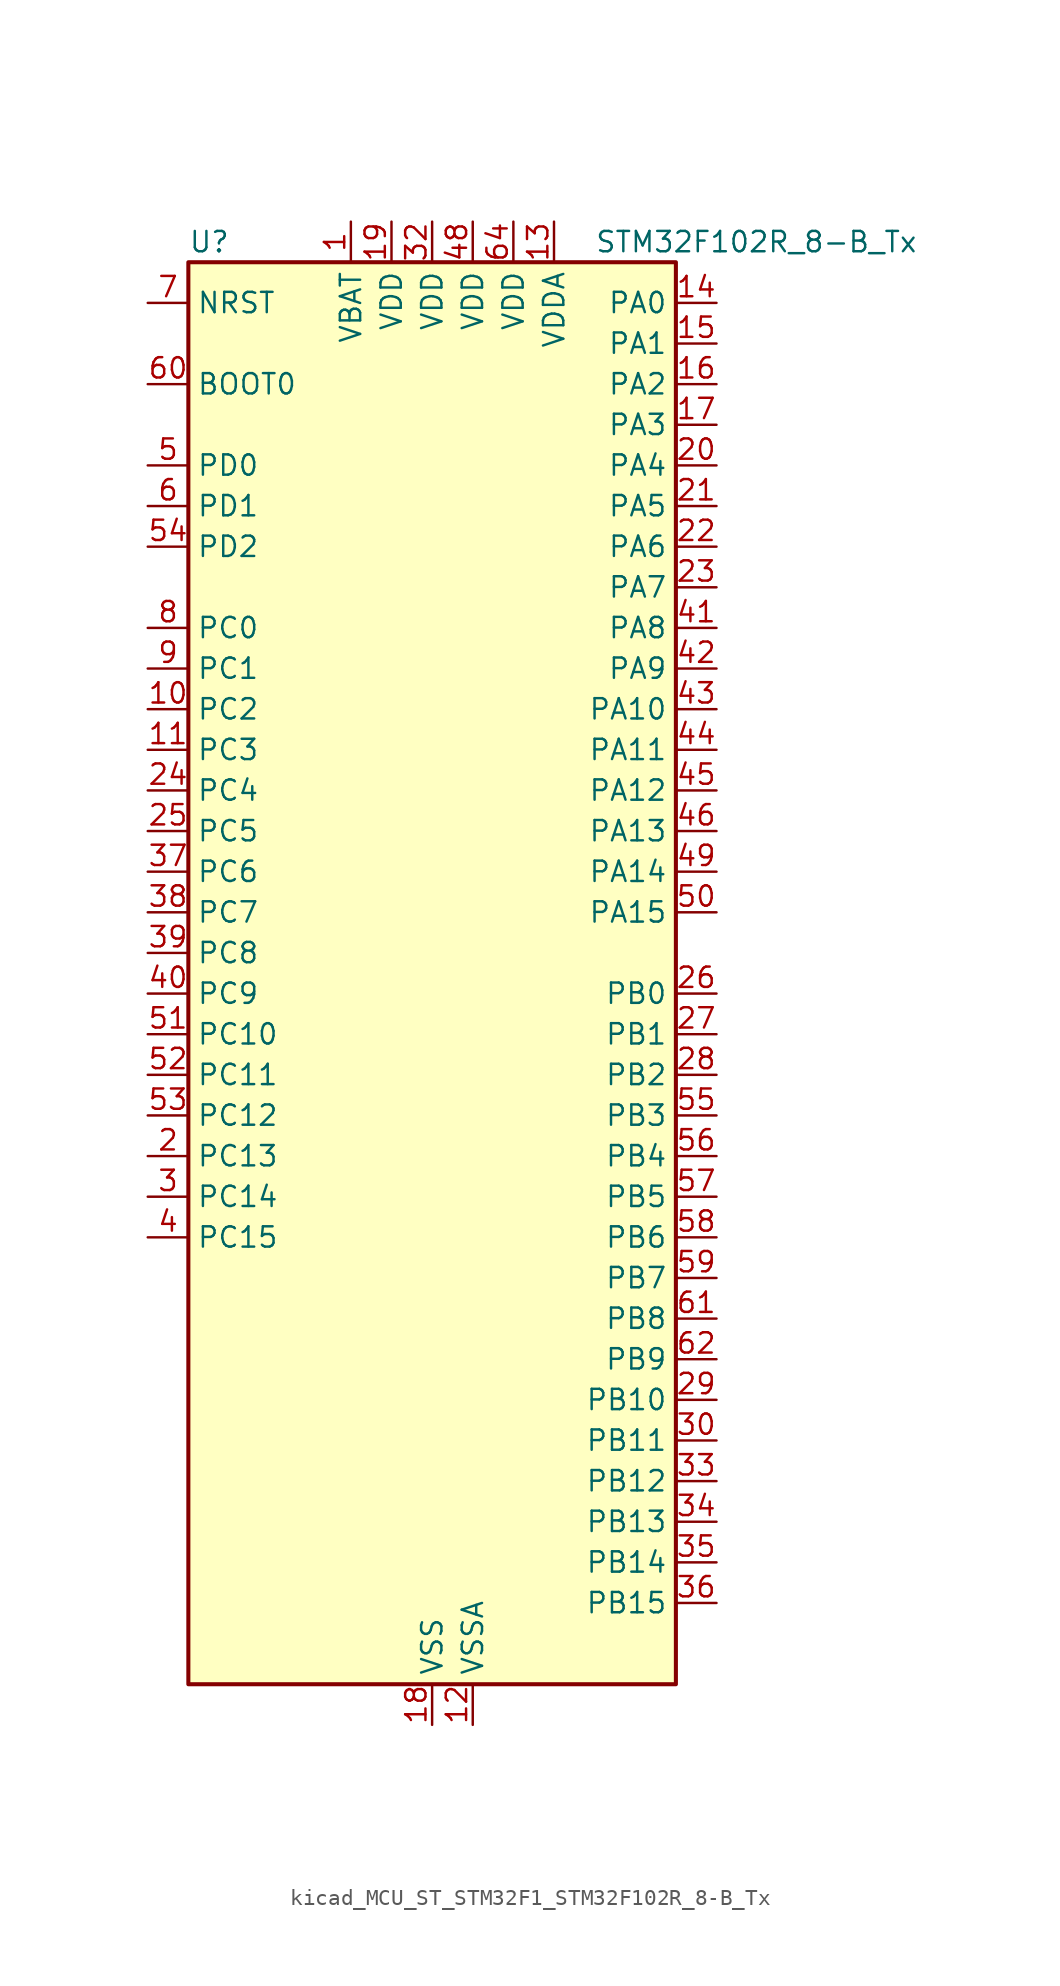
<source format=kicad_sym>
(kicad_symbol_lib
  (version 20220914)
  (generator kicad_symbol_editor)
  (symbol "kicad_MCU_ST_STM32F1_STM32F102R_8-B_Tx"
    (property "Reference" "U"
      (at -15.24 46.99 0)
      (effects (font (size 1.27 1.27)) (justify left)))
    (property "Value" "STM32F102R_8-B_Tx"
      (at 10.16 46.99 0)
      (effects (font (size 1.27 1.27)) (justify left)))
    (property "ki_locked" ""
      (at 0 0 0)
      (effects (font (size 1.27 1.27))))
    (symbol "kicad_MCU_ST_STM32F1_STM32F102R_8-B_Tx_0_1"
      (rectangle (start -15.24 -43.18) (end 15.24 45.72) (stroke (width 0.254) (type default)) (fill (type background))))
    (symbol "kicad_MCU_ST_STM32F1_STM32F102R_8-B_Tx_1_1"
      (pin power_in line (at -5.08 48.26 270) (length 2.54) (name "VBAT" (effects (font (size 1.27 1.27)))) (number "1" (effects (font (size 1.27 1.27)))))
      (pin bidirectional line (at -17.78 17.78 0) (length 2.54) (name "PC2" (effects (font (size 1.27 1.27)))) (number "10" (effects (font (size 1.27 1.27)))) (alternate "ADC1_IN12" bidirectional line))
      (pin bidirectional line (at -17.78 15.24 0) (length 2.54) (name "PC3" (effects (font (size 1.27 1.27)))) (number "11" (effects (font (size 1.27 1.27)))) (alternate "ADC1_IN13" bidirectional line))
      (pin power_in line (at 2.54 -45.72 90) (length 2.54) (name "VSSA" (effects (font (size 1.27 1.27)))) (number "12" (effects (font (size 1.27 1.27)))))
      (pin power_in line (at 7.62 48.26 270) (length 2.54) (name "VDDA" (effects (font (size 1.27 1.27)))) (number "13" (effects (font (size 1.27 1.27)))))
      (pin bidirectional line (at 17.78 43.18 180) (length 2.54) (name "PA0" (effects (font (size 1.27 1.27)))) (number "14" (effects (font (size 1.27 1.27)))) (alternate "ADC1_IN0" bidirectional line) (alternate "SYS_WKUP" bidirectional line) (alternate "TIM2_CH1" bidirectional line) (alternate "TIM2_ETR" bidirectional line) (alternate "USART2_CTS" bidirectional line))
      (pin bidirectional line (at 17.78 40.64 180) (length 2.54) (name "PA1" (effects (font (size 1.27 1.27)))) (number "15" (effects (font (size 1.27 1.27)))) (alternate "ADC1_IN1" bidirectional line) (alternate "TIM2_CH2" bidirectional line) (alternate "USART2_RTS" bidirectional line))
      (pin bidirectional line (at 17.78 38.1 180) (length 2.54) (name "PA2" (effects (font (size 1.27 1.27)))) (number "16" (effects (font (size 1.27 1.27)))) (alternate "ADC1_IN2" bidirectional line) (alternate "TIM2_CH3" bidirectional line) (alternate "USART2_TX" bidirectional line))
      (pin bidirectional line (at 17.78 35.56 180) (length 2.54) (name "PA3" (effects (font (size 1.27 1.27)))) (number "17" (effects (font (size 1.27 1.27)))) (alternate "ADC1_IN3" bidirectional line) (alternate "TIM2_CH4" bidirectional line) (alternate "USART2_RX" bidirectional line))
      (pin power_in line (at 0 -45.72 90) (length 2.54) (name "VSS" (effects (font (size 1.27 1.27)))) (number "18" (effects (font (size 1.27 1.27)))))
      (pin power_in line (at -2.54 48.26 270) (length 2.54) (name "VDD" (effects (font (size 1.27 1.27)))) (number "19" (effects (font (size 1.27 1.27)))))
      (pin bidirectional line (at -17.78 -10.16 0) (length 2.54) (name "PC13" (effects (font (size 1.27 1.27)))) (number "2" (effects (font (size 1.27 1.27)))) (alternate "RTC_OUT" bidirectional line) (alternate "RTC_TAMPER" bidirectional line))
      (pin bidirectional line (at 17.78 33.02 180) (length 2.54) (name "PA4" (effects (font (size 1.27 1.27)))) (number "20" (effects (font (size 1.27 1.27)))) (alternate "ADC1_IN4" bidirectional line) (alternate "SPI1_NSS" bidirectional line) (alternate "USART2_CK" bidirectional line))
      (pin bidirectional line (at 17.78 30.48 180) (length 2.54) (name "PA5" (effects (font (size 1.27 1.27)))) (number "21" (effects (font (size 1.27 1.27)))) (alternate "ADC1_IN5" bidirectional line) (alternate "SPI1_SCK" bidirectional line))
      (pin bidirectional line (at 17.78 27.94 180) (length 2.54) (name "PA6" (effects (font (size 1.27 1.27)))) (number "22" (effects (font (size 1.27 1.27)))) (alternate "ADC1_IN6" bidirectional line) (alternate "SPI1_MISO" bidirectional line) (alternate "TIM3_CH1" bidirectional line))
      (pin bidirectional line (at 17.78 25.4 180) (length 2.54) (name "PA7" (effects (font (size 1.27 1.27)))) (number "23" (effects (font (size 1.27 1.27)))) (alternate "ADC1_IN7" bidirectional line) (alternate "SPI1_MOSI" bidirectional line) (alternate "TIM3_CH2" bidirectional line))
      (pin bidirectional line (at -17.78 12.7 0) (length 2.54) (name "PC4" (effects (font (size 1.27 1.27)))) (number "24" (effects (font (size 1.27 1.27)))) (alternate "ADC1_IN14" bidirectional line))
      (pin bidirectional line (at -17.78 10.16 0) (length 2.54) (name "PC5" (effects (font (size 1.27 1.27)))) (number "25" (effects (font (size 1.27 1.27)))) (alternate "ADC1_IN15" bidirectional line))
      (pin bidirectional line (at 17.78 0 180) (length 2.54) (name "PB0" (effects (font (size 1.27 1.27)))) (number "26" (effects (font (size 1.27 1.27)))) (alternate "ADC1_IN8" bidirectional line) (alternate "TIM3_CH3" bidirectional line))
      (pin bidirectional line (at 17.78 -2.54 180) (length 2.54) (name "PB1" (effects (font (size 1.27 1.27)))) (number "27" (effects (font (size 1.27 1.27)))) (alternate "ADC1_IN9" bidirectional line) (alternate "TIM3_CH4" bidirectional line))
      (pin bidirectional line (at 17.78 -5.08 180) (length 2.54) (name "PB2" (effects (font (size 1.27 1.27)))) (number "28" (effects (font (size 1.27 1.27)))))
      (pin bidirectional line (at 17.78 -25.4 180) (length 2.54) (name "PB10" (effects (font (size 1.27 1.27)))) (number "29" (effects (font (size 1.27 1.27)))) (alternate "I2C2_SCL" bidirectional line) (alternate "TIM2_CH3" bidirectional line) (alternate "USART3_TX" bidirectional line))
      (pin bidirectional line (at -17.78 -12.7 0) (length 2.54) (name "PC14" (effects (font (size 1.27 1.27)))) (number "3" (effects (font (size 1.27 1.27)))) (alternate "RCC_OSC32_IN" bidirectional line))
      (pin bidirectional line (at 17.78 -27.94 180) (length 2.54) (name "PB11" (effects (font (size 1.27 1.27)))) (number "30" (effects (font (size 1.27 1.27)))) (alternate "ADC1_EXTI11" bidirectional line) (alternate "I2C2_SDA" bidirectional line) (alternate "TIM2_CH4" bidirectional line) (alternate "USART3_RX" bidirectional line))
      (pin passive line (at 0 -45.72 90) (length 2.54) hide (name "VSS" (effects (font (size 1.27 1.27)))) (number "31" (effects (font (size 1.27 1.27)))))
      (pin power_in line (at 0 48.26 270) (length 2.54) (name "VDD" (effects (font (size 1.27 1.27)))) (number "32" (effects (font (size 1.27 1.27)))))
      (pin bidirectional line (at 17.78 -30.48 180) (length 2.54) (name "PB12" (effects (font (size 1.27 1.27)))) (number "33" (effects (font (size 1.27 1.27)))) (alternate "I2C2_SMBA" bidirectional line) (alternate "SPI2_NSS" bidirectional line) (alternate "USART3_CK" bidirectional line))
      (pin bidirectional line (at 17.78 -33.02 180) (length 2.54) (name "PB13" (effects (font (size 1.27 1.27)))) (number "34" (effects (font (size 1.27 1.27)))) (alternate "SPI2_SCK" bidirectional line) (alternate "USART3_CTS" bidirectional line))
      (pin bidirectional line (at 17.78 -35.56 180) (length 2.54) (name "PB14" (effects (font (size 1.27 1.27)))) (number "35" (effects (font (size 1.27 1.27)))) (alternate "SPI2_MISO" bidirectional line) (alternate "USART3_RTS" bidirectional line))
      (pin bidirectional line (at 17.78 -38.1 180) (length 2.54) (name "PB15" (effects (font (size 1.27 1.27)))) (number "36" (effects (font (size 1.27 1.27)))) (alternate "ADC1_EXTI15" bidirectional line) (alternate "SPI2_MOSI" bidirectional line))
      (pin bidirectional line (at -17.78 7.62 0) (length 2.54) (name "PC6" (effects (font (size 1.27 1.27)))) (number "37" (effects (font (size 1.27 1.27)))) (alternate "TIM3_CH1" bidirectional line))
      (pin bidirectional line (at -17.78 5.08 0) (length 2.54) (name "PC7" (effects (font (size 1.27 1.27)))) (number "38" (effects (font (size 1.27 1.27)))) (alternate "TIM3_CH2" bidirectional line))
      (pin bidirectional line (at -17.78 2.54 0) (length 2.54) (name "PC8" (effects (font (size 1.27 1.27)))) (number "39" (effects (font (size 1.27 1.27)))) (alternate "TIM3_CH3" bidirectional line))
      (pin bidirectional line (at -17.78 -15.24 0) (length 2.54) (name "PC15" (effects (font (size 1.27 1.27)))) (number "4" (effects (font (size 1.27 1.27)))) (alternate "ADC1_EXTI15" bidirectional line) (alternate "RCC_OSC32_OUT" bidirectional line))
      (pin bidirectional line (at -17.78 0 0) (length 2.54) (name "PC9" (effects (font (size 1.27 1.27)))) (number "40" (effects (font (size 1.27 1.27)))) (alternate "TIM3_CH4" bidirectional line))
      (pin bidirectional line (at 17.78 22.86 180) (length 2.54) (name "PA8" (effects (font (size 1.27 1.27)))) (number "41" (effects (font (size 1.27 1.27)))) (alternate "RCC_MCO" bidirectional line) (alternate "USART1_CK" bidirectional line))
      (pin bidirectional line (at 17.78 20.32 180) (length 2.54) (name "PA9" (effects (font (size 1.27 1.27)))) (number "42" (effects (font (size 1.27 1.27)))) (alternate "USART1_TX" bidirectional line))
      (pin bidirectional line (at 17.78 17.78 180) (length 2.54) (name "PA10" (effects (font (size 1.27 1.27)))) (number "43" (effects (font (size 1.27 1.27)))) (alternate "USART1_RX" bidirectional line))
      (pin bidirectional line (at 17.78 15.24 180) (length 2.54) (name "PA11" (effects (font (size 1.27 1.27)))) (number "44" (effects (font (size 1.27 1.27)))) (alternate "ADC1_EXTI11" bidirectional line) (alternate "USART1_CTS" bidirectional line) (alternate "USB_DM" bidirectional line))
      (pin bidirectional line (at 17.78 12.7 180) (length 2.54) (name "PA12" (effects (font (size 1.27 1.27)))) (number "45" (effects (font (size 1.27 1.27)))) (alternate "USART1_RTS" bidirectional line) (alternate "USB_DP" bidirectional line))
      (pin bidirectional line (at 17.78 10.16 180) (length 2.54) (name "PA13" (effects (font (size 1.27 1.27)))) (number "46" (effects (font (size 1.27 1.27)))) (alternate "SYS_JTMS-SWDIO" bidirectional line))
      (pin passive line (at 0 -45.72 90) (length 2.54) hide (name "VSS" (effects (font (size 1.27 1.27)))) (number "47" (effects (font (size 1.27 1.27)))))
      (pin power_in line (at 2.54 48.26 270) (length 2.54) (name "VDD" (effects (font (size 1.27 1.27)))) (number "48" (effects (font (size 1.27 1.27)))))
      (pin bidirectional line (at 17.78 7.62 180) (length 2.54) (name "PA14" (effects (font (size 1.27 1.27)))) (number "49" (effects (font (size 1.27 1.27)))) (alternate "SYS_JTCK-SWCLK" bidirectional line))
      (pin bidirectional line (at -17.78 33.02 0) (length 2.54) (name "PD0" (effects (font (size 1.27 1.27)))) (number "5" (effects (font (size 1.27 1.27)))) (alternate "RCC_OSC_IN" bidirectional line))
      (pin bidirectional line (at 17.78 5.08 180) (length 2.54) (name "PA15" (effects (font (size 1.27 1.27)))) (number "50" (effects (font (size 1.27 1.27)))) (alternate "ADC1_EXTI15" bidirectional line) (alternate "SPI1_NSS" bidirectional line) (alternate "SYS_JTDI" bidirectional line) (alternate "TIM2_CH1" bidirectional line) (alternate "TIM2_ETR" bidirectional line))
      (pin bidirectional line (at -17.78 -2.54 0) (length 2.54) (name "PC10" (effects (font (size 1.27 1.27)))) (number "51" (effects (font (size 1.27 1.27)))) (alternate "USART3_TX" bidirectional line))
      (pin bidirectional line (at -17.78 -5.08 0) (length 2.54) (name "PC11" (effects (font (size 1.27 1.27)))) (number "52" (effects (font (size 1.27 1.27)))) (alternate "ADC1_EXTI11" bidirectional line) (alternate "USART3_RX" bidirectional line))
      (pin bidirectional line (at -17.78 -7.62 0) (length 2.54) (name "PC12" (effects (font (size 1.27 1.27)))) (number "53" (effects (font (size 1.27 1.27)))) (alternate "USART3_CK" bidirectional line))
      (pin bidirectional line (at -17.78 27.94 0) (length 2.54) (name "PD2" (effects (font (size 1.27 1.27)))) (number "54" (effects (font (size 1.27 1.27)))) (alternate "TIM3_ETR" bidirectional line))
      (pin bidirectional line (at 17.78 -7.62 180) (length 2.54) (name "PB3" (effects (font (size 1.27 1.27)))) (number "55" (effects (font (size 1.27 1.27)))) (alternate "SPI1_SCK" bidirectional line) (alternate "SYS_JTDO-TRACESWO" bidirectional line) (alternate "TIM2_CH2" bidirectional line))
      (pin bidirectional line (at 17.78 -10.16 180) (length 2.54) (name "PB4" (effects (font (size 1.27 1.27)))) (number "56" (effects (font (size 1.27 1.27)))) (alternate "SPI1_MISO" bidirectional line) (alternate "SYS_NJTRST" bidirectional line) (alternate "TIM3_CH1" bidirectional line))
      (pin bidirectional line (at 17.78 -12.7 180) (length 2.54) (name "PB5" (effects (font (size 1.27 1.27)))) (number "57" (effects (font (size 1.27 1.27)))) (alternate "I2C1_SMBA" bidirectional line) (alternate "SPI1_MOSI" bidirectional line) (alternate "TIM3_CH2" bidirectional line))
      (pin bidirectional line (at 17.78 -15.24 180) (length 2.54) (name "PB6" (effects (font (size 1.27 1.27)))) (number "58" (effects (font (size 1.27 1.27)))) (alternate "I2C1_SCL" bidirectional line) (alternate "TIM4_CH1" bidirectional line) (alternate "USART1_TX" bidirectional line))
      (pin bidirectional line (at 17.78 -17.78 180) (length 2.54) (name "PB7" (effects (font (size 1.27 1.27)))) (number "59" (effects (font (size 1.27 1.27)))) (alternate "I2C1_SDA" bidirectional line) (alternate "TIM4_CH2" bidirectional line) (alternate "USART1_RX" bidirectional line))
      (pin bidirectional line (at -17.78 30.48 0) (length 2.54) (name "PD1" (effects (font (size 1.27 1.27)))) (number "6" (effects (font (size 1.27 1.27)))) (alternate "RCC_OSC_OUT" bidirectional line))
      (pin input line (at -17.78 38.1 0) (length 2.54) (name "BOOT0" (effects (font (size 1.27 1.27)))) (number "60" (effects (font (size 1.27 1.27)))))
      (pin bidirectional line (at 17.78 -20.32 180) (length 2.54) (name "PB8" (effects (font (size 1.27 1.27)))) (number "61" (effects (font (size 1.27 1.27)))) (alternate "I2C1_SCL" bidirectional line) (alternate "TIM4_CH3" bidirectional line))
      (pin bidirectional line (at 17.78 -22.86 180) (length 2.54) (name "PB9" (effects (font (size 1.27 1.27)))) (number "62" (effects (font (size 1.27 1.27)))) (alternate "I2C1_SDA" bidirectional line) (alternate "TIM4_CH4" bidirectional line))
      (pin passive line (at 0 -45.72 90) (length 2.54) hide (name "VSS" (effects (font (size 1.27 1.27)))) (number "63" (effects (font (size 1.27 1.27)))))
      (pin power_in line (at 5.08 48.26 270) (length 2.54) (name "VDD" (effects (font (size 1.27 1.27)))) (number "64" (effects (font (size 1.27 1.27)))))
      (pin input line (at -17.78 43.18 0) (length 2.54) (name "NRST" (effects (font (size 1.27 1.27)))) (number "7" (effects (font (size 1.27 1.27)))))
      (pin bidirectional line (at -17.78 22.86 0) (length 2.54) (name "PC0" (effects (font (size 1.27 1.27)))) (number "8" (effects (font (size 1.27 1.27)))) (alternate "ADC1_IN10" bidirectional line))
      (pin bidirectional line (at -17.78 20.32 0) (length 2.54) (name "PC1" (effects (font (size 1.27 1.27)))) (number "9" (effects (font (size 1.27 1.27)))) (alternate "ADC1_IN11" bidirectional line)))))
</source>
